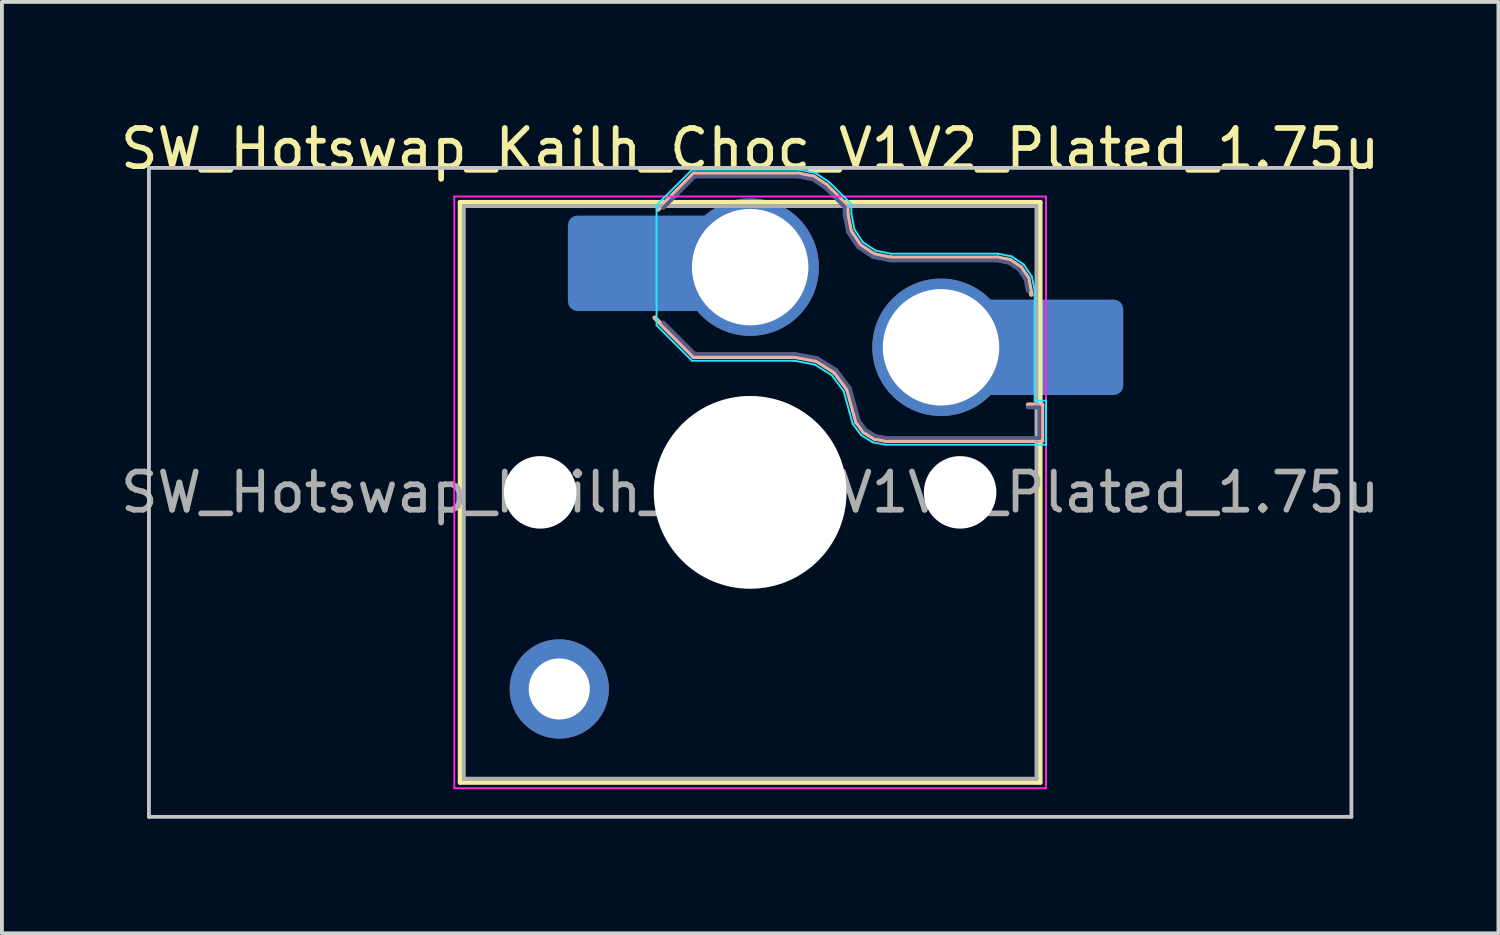
<source format=kicad_pcb>
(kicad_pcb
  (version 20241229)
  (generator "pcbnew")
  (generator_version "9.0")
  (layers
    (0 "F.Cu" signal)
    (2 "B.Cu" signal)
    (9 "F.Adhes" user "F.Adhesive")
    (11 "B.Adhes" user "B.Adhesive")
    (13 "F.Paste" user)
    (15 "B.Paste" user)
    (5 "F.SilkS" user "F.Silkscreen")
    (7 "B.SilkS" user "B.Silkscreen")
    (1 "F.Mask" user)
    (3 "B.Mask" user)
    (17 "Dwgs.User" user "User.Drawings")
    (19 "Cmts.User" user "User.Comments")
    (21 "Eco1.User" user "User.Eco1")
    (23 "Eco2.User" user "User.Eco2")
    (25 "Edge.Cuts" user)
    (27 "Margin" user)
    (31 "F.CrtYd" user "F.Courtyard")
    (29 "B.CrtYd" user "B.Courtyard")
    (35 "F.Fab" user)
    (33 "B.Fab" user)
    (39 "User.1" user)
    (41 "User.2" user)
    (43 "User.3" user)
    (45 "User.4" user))
  (footprint "SW_Hotswap_Kailh_Choc_V1V2_Plated_1.75u"
    (layer "F.Cu")
    (at 16.601 9.848)
    (property "Reference" "SW_Hotswap_Kailh_Choc_V1V2_Plated_1.75u" (at 0 -9 0) (layer "F.SilkS") (effects (font (size 1 1) (thickness 0.15))))
    (attr smd)
    (fp_line (start -7.6 -7.6) (end -7.6 7.6) (stroke (width 0.12) (type solid)) (layer "F.SilkS"))
    (fp_line (start -7.6 7.6) (end 7.6 7.6) (stroke (width 0.12) (type solid)) (layer "F.SilkS"))
    (fp_line (start 7.6 -7.6) (end -7.6 -7.6) (stroke (width 0.12) (type solid)) (layer "F.SilkS"))
    (fp_line (start 7.6 7.6) (end 7.6 -7.6) (stroke (width 0.12) (type solid)) (layer "F.SilkS"))
    (fp_line (start -2.416 -7.409) (end -1.479 -8.346) (stroke (width 0.12) (type solid)) (layer "B.SilkS"))
    (fp_line (start -1.479 -8.346) (end 1.268 -8.346) (stroke (width 0.12) (type solid)) (layer "B.SilkS"))
    (fp_line (start -1.479 -3.554) (end -2.5 -4.575) (stroke (width 0.12) (type solid)) (layer "B.SilkS"))
    (fp_line (start 1.168 -3.554) (end -1.479 -3.554) (stroke (width 0.12) (type solid)) (layer "B.SilkS"))
    (fp_line (start 1.268 -8.346) (end 1.671 -8.266) (stroke (width 0.12) (type solid)) (layer "B.SilkS"))
    (fp_line (start 1.671 -8.266) (end 2.013 -8.037) (stroke (width 0.12) (type solid)) (layer "B.SilkS"))
    (fp_line (start 1.73 -3.449) (end 1.168 -3.554) (stroke (width 0.12) (type solid)) (layer "B.SilkS"))
    (fp_line (start 2.013 -8.037) (end 2.546 -7.504) (stroke (width 0.12) (type solid)) (layer "B.SilkS"))
    (fp_line (start 2.209 -3.15) (end 1.73 -3.449) (stroke (width 0.12) (type solid)) (layer "B.SilkS"))
    (fp_line (start 2.546 -7.504) (end 2.546 -7.282) (stroke (width 0.12) (type solid)) (layer "B.SilkS"))
    (fp_line (start 2.546 -7.282) (end 2.633 -6.844) (stroke (width 0.12) (type solid)) (layer "B.SilkS"))
    (fp_line (start 2.547 -2.697) (end 2.209 -3.15) (stroke (width 0.12) (type solid)) (layer "B.SilkS"))
    (fp_line (start 2.633 -6.844) (end 2.877 -6.477) (stroke (width 0.12) (type solid)) (layer "B.SilkS"))
    (fp_line (start 2.701 -2.139) (end 2.547 -2.697) (stroke (width 0.12) (type solid)) (layer "B.SilkS"))
    (fp_line (start 2.783 -1.841) (end 2.701 -2.139) (stroke (width 0.12) (type solid)) (layer "B.SilkS"))
    (fp_line (start 2.877 -6.477) (end 3.244 -6.233) (stroke (width 0.12) (type solid)) (layer "B.SilkS"))
    (fp_line (start 2.976 -1.583) (end 2.783 -1.841) (stroke (width 0.12) (type solid)) (layer "B.SilkS"))
    (fp_line (start 3.244 -6.233) (end 3.682 -6.146) (stroke (width 0.12) (type solid)) (layer "B.SilkS"))
    (fp_line (start 3.25 -1.413) (end 2.976 -1.583) (stroke (width 0.12) (type solid)) (layer "B.SilkS"))
    (fp_line (start 3.56 -1.354) (end 3.25 -1.413) (stroke (width 0.12) (type solid)) (layer "B.SilkS"))
    (fp_line (start 3.682 -6.146) (end 6.482 -6.146) (stroke (width 0.12) (type solid)) (layer "B.SilkS"))
    (fp_line (start 6.482 -6.146) (end 6.809 -6.081) (stroke (width 0.12) (type solid)) (layer "B.SilkS"))
    (fp_line (start 6.809 -6.081) (end 7.092 -5.892) (stroke (width 0.12) (type solid)) (layer "B.SilkS"))
    (fp_line (start 7.092 -5.892) (end 7.281 -5.609) (stroke (width 0.12) (type solid)) (layer "B.SilkS"))
    (fp_line (start 7.281 -5.609) (end 7.366 -5.182) (stroke (width 0.12) (type solid)) (layer "B.SilkS"))
    (fp_line (start 7.283 -2.296) (end 7.646 -2.296) (stroke (width 0.12) (type solid)) (layer "B.SilkS"))
    (fp_line (start 7.646 -2.296) (end 7.646 -1.354) (stroke (width 0.12) (type solid)) (layer "B.SilkS"))
    (fp_line (start 7.646 -1.354) (end 3.56 -1.354) (stroke (width 0.12) (type solid)) (layer "B.SilkS"))
    (fp_line (start -15.75 -8.5) (end -15.75 8.5) (stroke (width 0.1) (type solid)) (layer "Dwgs.User"))
    (fp_line (start -15.75 8.5) (end 15.75 8.5) (stroke (width 0.1) (type solid)) (layer "Dwgs.User"))
    (fp_line (start 15.75 -8.5) (end -15.75 -8.5) (stroke (width 0.1) (type solid)) (layer "Dwgs.User"))
    (fp_line (start 15.75 8.5) (end 15.75 -8.5) (stroke (width 0.1) (type solid)) (layer "Dwgs.User"))
    (fp_line (start -7.25 -7.25) (end -7.25 7.25) (stroke (width 0.1) (type solid)) (layer "Eco1.User"))
    (fp_line (start -7.25 7.25) (end 7.25 7.25) (stroke (width 0.1) (type solid)) (layer "Eco1.User"))
    (fp_line (start 7.25 -7.25) (end -7.25 -7.25) (stroke (width 0.1) (type solid)) (layer "Eco1.User"))
    (fp_line (start 7.25 7.25) (end 7.25 -7.25) (stroke (width 0.1) (type solid)) (layer "Eco1.User"))
    (fp_line (start -2.452 -7.523) (end -1.523 -8.452) (stroke (width 0.05) (type solid)) (layer "B.CrtYd"))
    (fp_line (start -2.452 -4.377) (end -2.452 -7.523) (stroke (width 0.05) (type solid)) (layer "B.CrtYd"))
    (fp_line (start -1.523 -8.452) (end 1.278 -8.452) (stroke (width 0.05) (type solid)) (layer "B.CrtYd"))
    (fp_line (start -1.523 -3.448) (end -2.452 -4.377) (stroke (width 0.05) (type solid)) (layer "B.CrtYd"))
    (fp_line (start 1.159 -3.448) (end -1.523 -3.448) (stroke (width 0.05) (type solid)) (layer "B.CrtYd"))
    (fp_line (start 1.278 -8.452) (end 1.712 -8.366) (stroke (width 0.05) (type solid)) (layer "B.CrtYd"))
    (fp_line (start 1.691 -3.348) (end 1.159 -3.448) (stroke (width 0.05) (type solid)) (layer "B.CrtYd"))
    (fp_line (start 1.712 -8.366) (end 2.081 -8.119) (stroke (width 0.05) (type solid)) (layer "B.CrtYd"))
    (fp_line (start 2.081 -8.119) (end 2.652 -7.548) (stroke (width 0.05) (type solid)) (layer "B.CrtYd"))
    (fp_line (start 2.136 -3.071) (end 1.691 -3.348) (stroke (width 0.05) (type solid)) (layer "B.CrtYd"))
    (fp_line (start 2.45 -2.65) (end 2.136 -3.071) (stroke (width 0.05) (type solid)) (layer "B.CrtYd"))
    (fp_line (start 2.599 -2.111) (end 2.45 -2.65) (stroke (width 0.05) (type solid)) (layer "B.CrtYd"))
    (fp_line (start 2.652 -7.548) (end 2.652 -7.292) (stroke (width 0.05) (type solid)) (layer "B.CrtYd"))
    (fp_line (start 2.652 -7.292) (end 2.733 -6.885) (stroke (width 0.05) (type solid)) (layer "B.CrtYd"))
    (fp_line (start 2.687 -1.794) (end 2.599 -2.111) (stroke (width 0.05) (type solid)) (layer "B.CrtYd"))
    (fp_line (start 2.733 -6.885) (end 2.953 -6.553) (stroke (width 0.05) (type solid)) (layer "B.CrtYd"))
    (fp_line (start 2.903 -1.503) (end 2.687 -1.794) (stroke (width 0.05) (type solid)) (layer "B.CrtYd"))
    (fp_line (start 2.953 -6.553) (end 3.285 -6.333) (stroke (width 0.05) (type solid)) (layer "B.CrtYd"))
    (fp_line (start 3.211 -1.312) (end 2.903 -1.503) (stroke (width 0.05) (type solid)) (layer "B.CrtYd"))
    (fp_line (start 3.285 -6.333) (end 3.692 -6.252) (stroke (width 0.05) (type solid)) (layer "B.CrtYd"))
    (fp_line (start 3.55 -1.248) (end 3.211 -1.312) (stroke (width 0.05) (type solid)) (layer "B.CrtYd"))
    (fp_line (start 3.692 -6.252) (end 6.492 -6.252) (stroke (width 0.05) (type solid)) (layer "B.CrtYd"))
    (fp_line (start 6.492 -6.252) (end 6.85 -6.181) (stroke (width 0.05) (type solid)) (layer "B.CrtYd"))
    (fp_line (start 6.85 -6.181) (end 7.168 -5.968) (stroke (width 0.05) (type solid)) (layer "B.CrtYd"))
    (fp_line (start 7.168 -5.968) (end 7.381 -5.65) (stroke (width 0.05) (type solid)) (layer "B.CrtYd"))
    (fp_line (start 7.381 -5.65) (end 7.452 -5.292) (stroke (width 0.05) (type solid)) (layer "B.CrtYd"))
    (fp_line (start 7.452 -5.292) (end 7.452 -2.402) (stroke (width 0.05) (type solid)) (layer "B.CrtYd"))
    (fp_line (start 7.452 -2.402) (end 7.752 -2.402) (stroke (width 0.05) (type solid)) (layer "B.CrtYd"))
    (fp_line (start 7.752 -2.402) (end 7.752 -1.248) (stroke (width 0.05) (type solid)) (layer "B.CrtYd"))
    (fp_line (start 7.752 -1.248) (end 3.55 -1.248) (stroke (width 0.05) (type solid)) (layer "B.CrtYd"))
    (fp_line (start -7.75 -7.75) (end -7.75 7.75) (stroke (width 0.05) (type solid)) (layer "F.CrtYd"))
    (fp_line (start -7.75 7.75) (end 7.75 7.75) (stroke (width 0.05) (type solid)) (layer "F.CrtYd"))
    (fp_line (start 7.75 -7.75) (end -7.75 -7.75) (stroke (width 0.05) (type solid)) (layer "F.CrtYd"))
    (fp_line (start 7.75 7.75) (end 7.75 -7.75) (stroke (width 0.05) (type solid)) (layer "F.CrtYd"))
    (fp_line (start -2.275 -7.45) (end -1.45 -8.275) (stroke (width 0.1) (type solid)) (layer "B.Fab"))
    (fp_line (start -1.45 -8.275) (end 1.261 -8.275) (stroke (width 0.1) (type solid)) (layer "B.Fab"))
    (fp_line (start -1.45 -3.625) (end -2.275 -4.45) (stroke (width 0.1) (type solid)) (layer "B.Fab"))
    (fp_line (start 1.175 -3.625) (end -1.45 -3.625) (stroke (width 0.1) (type solid)) (layer "B.Fab"))
    (fp_line (start 1.261 -8.275) (end 1.643 -8.199) (stroke (width 0.1) (type solid)) (layer "B.Fab"))
    (fp_line (start 1.643 -8.199) (end 1.968 -7.982) (stroke (width 0.1) (type solid)) (layer "B.Fab"))
    (fp_line (start 1.756 -3.516) (end 1.175 -3.625) (stroke (width 0.1) (type solid)) (layer "B.Fab"))
    (fp_line (start 1.968 -7.982) (end 2.475 -7.475) (stroke (width 0.1) (type solid)) (layer "B.Fab"))
    (fp_line (start 2.258 -3.203) (end 1.756 -3.516) (stroke (width 0.1) (type solid)) (layer "B.Fab"))
    (fp_line (start 2.475 -7.475) (end 2.475 -7.275) (stroke (width 0.1) (type solid)) (layer "B.Fab"))
    (fp_line (start 2.475 -7.275) (end 2.566 -6.816) (stroke (width 0.1) (type solid)) (layer "B.Fab"))
    (fp_line (start 2.566 -6.816) (end 2.826 -6.426) (stroke (width 0.1) (type solid)) (layer "B.Fab"))
    (fp_line (start 2.612 -2.729) (end 2.258 -3.203) (stroke (width 0.1) (type solid)) (layer "B.Fab"))
    (fp_line (start 2.769 -2.158) (end 2.612 -2.729) (stroke (width 0.1) (type solid)) (layer "B.Fab"))
    (fp_line (start 2.826 -6.426) (end 3.216 -6.166) (stroke (width 0.1) (type solid)) (layer "B.Fab"))
    (fp_line (start 2.848 -1.873) (end 2.769 -2.158) (stroke (width 0.1) (type solid)) (layer "B.Fab"))
    (fp_line (start 3.025 -1.636) (end 2.848 -1.873) (stroke (width 0.1) (type solid)) (layer "B.Fab"))
    (fp_line (start 3.216 -6.166) (end 3.675 -6.075) (stroke (width 0.1) (type solid)) (layer "B.Fab"))
    (fp_line (start 3.276 -1.48) (end 3.025 -1.636) (stroke (width 0.1) (type solid)) (layer "B.Fab"))
    (fp_line (start 3.567 -1.425) (end 3.276 -1.48) (stroke (width 0.1) (type solid)) (layer "B.Fab"))
    (fp_line (start 3.675 -6.075) (end 6.475 -6.075) (stroke (width 0.1) (type solid)) (layer "B.Fab"))
    (fp_line (start 6.475 -6.075) (end 6.781 -6.014) (stroke (width 0.1) (type solid)) (layer "B.Fab"))
    (fp_line (start 6.781 -6.014) (end 7.041 -5.841) (stroke (width 0.1) (type solid)) (layer "B.Fab"))
    (fp_line (start 7.041 -5.841) (end 7.214 -5.581) (stroke (width 0.1) (type solid)) (layer "B.Fab"))
    (fp_line (start 7.214 -5.581) (end 7.275 -5.275) (stroke (width 0.1) (type solid)) (layer "B.Fab"))
    (fp_line (start 7.275 -2.225) (end 7.575 -2.225) (stroke (width 0.1) (type solid)) (layer "B.Fab"))
    (fp_line (start 7.575 -2.225) (end 7.575 -1.425) (stroke (width 0.1) (type solid)) (layer "B.Fab"))
    (fp_line (start 7.575 -1.425) (end 3.567 -1.425) (stroke (width 0.1) (type solid)) (layer "B.Fab"))
    (fp_line (start -7.5 -7.5) (end -7.5 7.5) (stroke (width 0.1) (type solid)) (layer "F.Fab"))
    (fp_line (start -7.5 7.5) (end 7.5 7.5) (stroke (width 0.1) (type solid)) (layer "F.Fab"))
    (fp_line (start 7.5 -7.5) (end -7.5 -7.5) (stroke (width 0.1) (type solid)) (layer "F.Fab"))
    (fp_line (start 7.5 7.5) (end 7.5 -7.5) (stroke (width 0.1) (type solid)) (layer "F.Fab"))
    (fp_text user "${REFERENCE}" (at 0 0 0) (layer "F.Fab") (effects (font (size 1 1) (thickness 0.15))))
    (pad "" np_thru_hole circle (at -5.5 0) (size 1.9 1.9) (drill 1.9) (layers "*.Cu" "*.Mask"))
    (pad "" smd circle (at -5 5.15) (size 1.65 1.65) (layers "F.Mask"))
    (pad "" thru_hole circle (at -5 5.15) (size 2.6 2.6) (drill 1.6) (layers "*.Cu" "B.Mask"))
    (pad "" smd roundrect (at -3.5 -6) (size 2.55 2.5) (layers "B.Mask" "B.Paste") (roundrect_rratio 0.1))
    (pad "" smd circle (at 0 -5.9) (size 3.1 3.1) (layers "F.Mask"))
    (pad "" np_thru_hole circle (at 0 0) (size 5.05 5.05) (drill 5.05) (layers "*.Cu" "*.Mask"))
    (pad "" smd circle (at 5 -3.8) (size 3.1 3.1) (layers "F.Mask"))
    (pad "" np_thru_hole circle (at 5.5 0) (size 1.9 1.9) (drill 1.9) (layers "*.Cu" "*.Mask"))
    (pad "" smd roundrect (at 8.5 -3.8) (size 2.55 2.5) (layers "B.Mask" "B.Paste") (roundrect_rratio 0.1))
    (pad "1" smd roundrect (at -2.85 -6) (size 3.85 2.5) (layers "B.Cu") (roundrect_rratio 0.1))
    (pad "1" thru_hole circle (at 0 -5.9) (size 3.6 3.6) (drill 3.05) (layers "*.Cu" "B.Mask"))
    (pad "2" thru_hole circle (at 5 -3.8) (size 3.6 3.6) (drill 3.05) (layers "*.Cu" "B.Mask"))
    (pad "2" smd roundrect (at 7.85 -3.8) (size 3.85 2.5) (layers "B.Cu") (roundrect_rratio 0.1)))
  (gr_rect
    (start -3 -3)
    (end 36.202 21.398)
    (stroke (width 0.1) (type default))
    (fill no)
    (layer "Edge.Cuts")))
</source>
